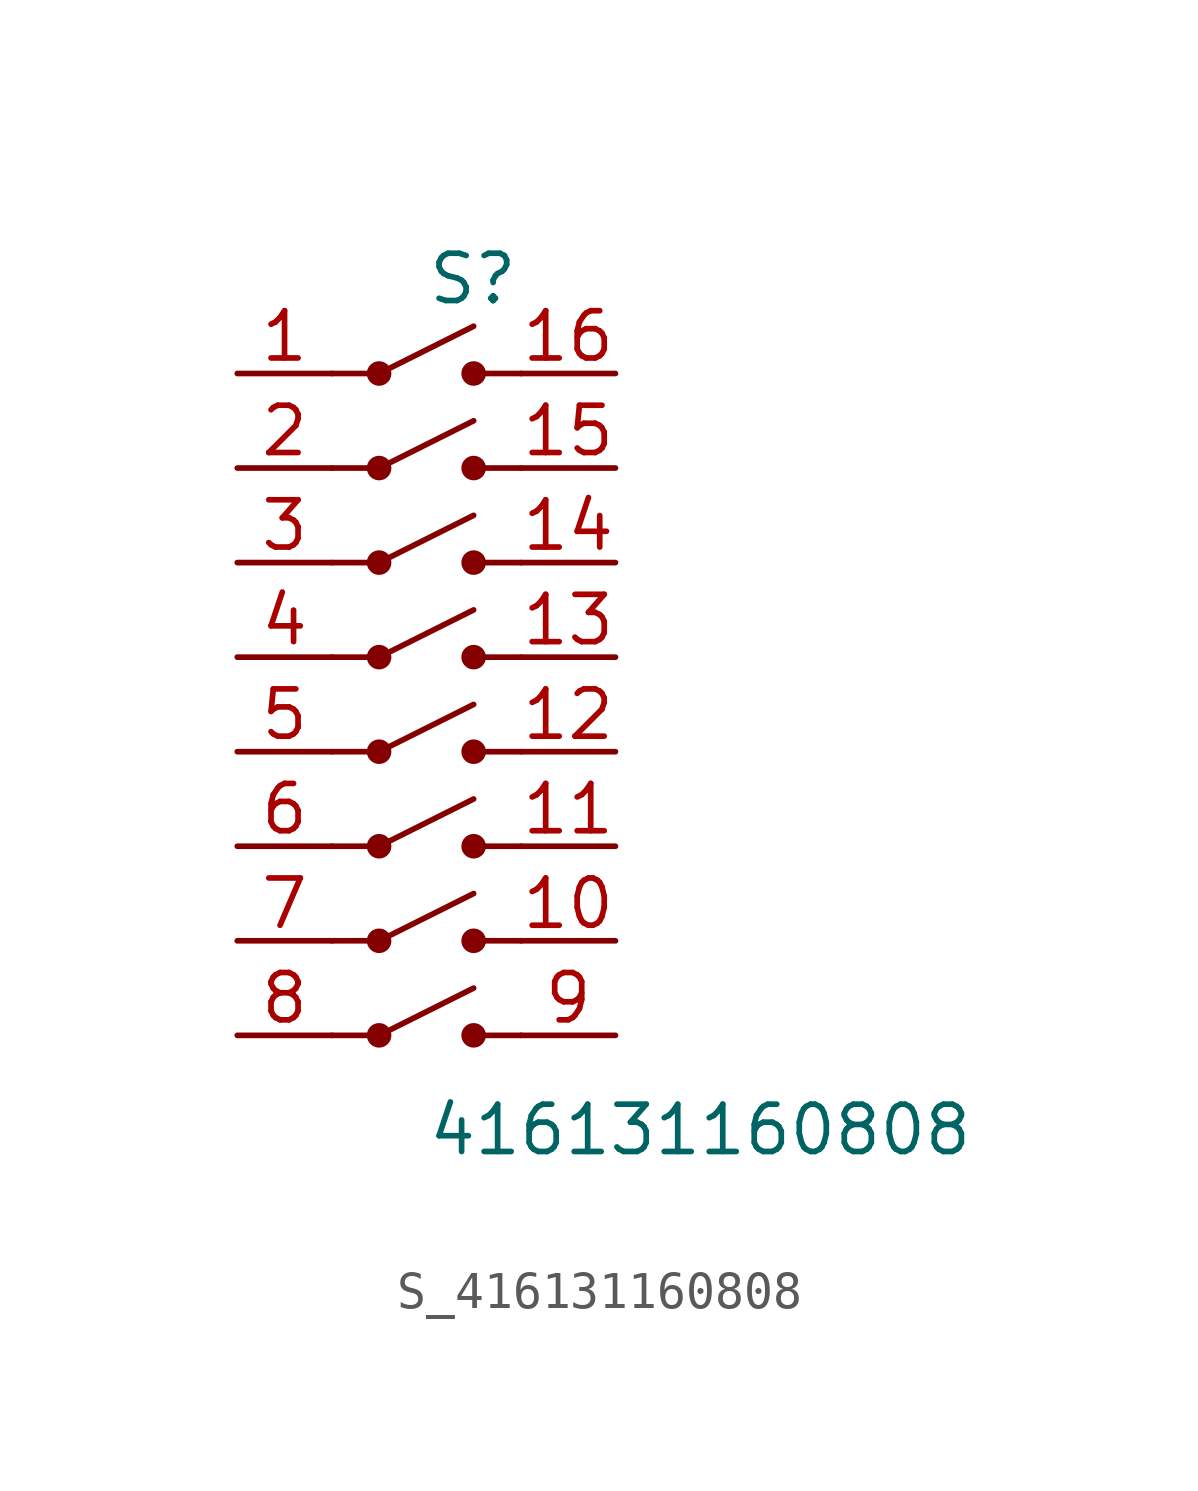
<source format=kicad_sym>
(kicad_symbol_lib
  (version 20231120)
  (generator kicad_symbol_editor)
  (generator_version 8.0)
  (symbol "S_416131160808"
    (pin_names
      (offset 0.254))
    (property "Reference" "S"
      (at 0 11.43 0)
      (effects (font (size 1.27 1.27)) (justify left)))
    (property "Value" "416131160808"
      (at 0 -11.43 0)
      (effects (font (size 1.27 1.27)) (justify left)))
    (symbol "S_416131160808_0_0"
      (pin passive line (at -5.08 8.89 0) (length 2.54) (name "" (effects (font (size 1.27 1.27)))) (number "1" (effects (font (size 1.27 1.27)))))
      (pin passive line (at -5.08 6.35 0) (length 2.54) (name "" (effects (font (size 1.27 1.27)))) (number "2" (effects (font (size 1.27 1.27)))))
      (pin passive line (at -5.08 3.81 0) (length 2.54) (name "" (effects (font (size 1.27 1.27)))) (number "3" (effects (font (size 1.27 1.27)))))
      (pin passive line (at -5.08 1.27 0) (length 2.54) (name "" (effects (font (size 1.27 1.27)))) (number "4" (effects (font (size 1.27 1.27)))))
      (pin passive line (at -5.08 -1.27 0) (length 2.54) (name "" (effects (font (size 1.27 1.27)))) (number "5" (effects (font (size 1.27 1.27)))))
      (pin passive line (at -5.08 -3.81 0) (length 2.54) (name "" (effects (font (size 1.27 1.27)))) (number "6" (effects (font (size 1.27 1.27)))))
      (pin passive line (at -5.08 -6.35 0) (length 2.54) (name "" (effects (font (size 1.27 1.27)))) (number "7" (effects (font (size 1.27 1.27)))))
      (pin passive line (at -5.08 -8.89 0) (length 2.54) (name "" (effects (font (size 1.27 1.27)))) (number "8" (effects (font (size 1.27 1.27)))))
      (pin passive line (at 5.08 8.89 180) (length 2.54) (name "" (effects (font (size 1.27 1.27)))) (number "16" (effects (font (size 1.27 1.27)))))
      (pin passive line (at 5.08 6.35 180) (length 2.54) (name "" (effects (font (size 1.27 1.27)))) (number "15" (effects (font (size 1.27 1.27)))))
      (pin passive line (at 5.08 3.81 180) (length 2.54) (name "" (effects (font (size 1.27 1.27)))) (number "14" (effects (font (size 1.27 1.27)))))
      (pin passive line (at 5.08 1.27 180) (length 2.54) (name "" (effects (font (size 1.27 1.27)))) (number "13" (effects (font (size 1.27 1.27)))))
      (pin passive line (at 5.08 -1.27 180) (length 2.54) (name "" (effects (font (size 1.27 1.27)))) (number "12" (effects (font (size 1.27 1.27)))))
      (pin passive line (at 5.08 -3.81 180) (length 2.54) (name "" (effects (font (size 1.27 1.27)))) (number "11" (effects (font (size 1.27 1.27)))))
      (pin passive line (at 5.08 -6.35 180) (length 2.54) (name "" (effects (font (size 1.27 1.27)))) (number "10" (effects (font (size 1.27 1.27)))))
      (pin passive line (at 5.08 -8.89 180) (length 2.54) (name "" (effects (font (size 1.27 1.27)))) (number "9" (effects (font (size 1.27 1.27)))))
      (polyline (pts (xy -2.54 8.89) (xy -1.27 8.89) (xy 1.27 10.16)) (stroke (width 0) (type default)) (fill (type none)))
      (circle (center -1.27 8.89) (radius 0.254) (stroke (width 0) (type solid)) (fill (type outline)))
      (circle (center 1.27 8.89) (radius 0.254) (stroke (width 0) (type solid)) (fill (type outline)))
      (polyline (pts (xy 2.54 8.89) (xy 1.27 8.89)) (stroke (width 0) (type default)) (fill (type none)))
      (polyline (pts (xy -2.54 6.35) (xy -1.27 6.35) (xy 1.27 7.62)) (stroke (width 0) (type default)) (fill (type none)))
      (circle (center -1.27 6.35) (radius 0.254) (stroke (width 0) (type solid)) (fill (type outline)))
      (circle (center 1.27 6.35) (radius 0.254) (stroke (width 0) (type solid)) (fill (type outline)))
      (polyline (pts (xy 2.54 6.35) (xy 1.27 6.35)) (stroke (width 0) (type default)) (fill (type none)))
      (polyline (pts (xy -2.54 3.81) (xy -1.27 3.81) (xy 1.27 5.08)) (stroke (width 0) (type default)) (fill (type none)))
      (circle (center -1.27 3.81) (radius 0.254) (stroke (width 0) (type solid)) (fill (type outline)))
      (circle (center 1.27 3.81) (radius 0.254) (stroke (width 0) (type solid)) (fill (type outline)))
      (polyline (pts (xy 2.54 3.81) (xy 1.27 3.81)) (stroke (width 0) (type default)) (fill (type none)))
      (polyline (pts (xy -2.54 1.27) (xy -1.27 1.27) (xy 1.27 2.54)) (stroke (width 0) (type default)) (fill (type none)))
      (circle (center -1.27 1.27) (radius 0.254) (stroke (width 0) (type solid)) (fill (type outline)))
      (circle (center 1.27 1.27) (radius 0.254) (stroke (width 0) (type solid)) (fill (type outline)))
      (polyline (pts (xy 2.54 1.27) (xy 1.27 1.27)) (stroke (width 0) (type default)) (fill (type none)))
      (polyline (pts (xy -2.54 -1.27) (xy -1.27 -1.27) (xy 1.27 4.440892098500626e-16)) (stroke (width 0) (type default)) (fill (type none)))
      (circle (center -1.27 -1.27) (radius 0.254) (stroke (width 0) (type solid)) (fill (type outline)))
      (circle (center 1.27 -1.27) (radius 0.254) (stroke (width 0) (type solid)) (fill (type outline)))
      (polyline (pts (xy 2.54 -1.27) (xy 1.27 -1.27)) (stroke (width 0) (type default)) (fill (type none)))
      (polyline (pts (xy -2.54 -3.81) (xy -1.27 -3.81) (xy 1.27 -2.54)) (stroke (width 0) (type default)) (fill (type none)))
      (circle (center -1.27 -3.81) (radius 0.254) (stroke (width 0) (type solid)) (fill (type outline)))
      (circle (center 1.27 -3.81) (radius 0.254) (stroke (width 0) (type solid)) (fill (type outline)))
      (polyline (pts (xy 2.54 -3.81) (xy 1.27 -3.81)) (stroke (width 0) (type default)) (fill (type none)))
      (polyline (pts (xy -2.54 -6.35) (xy -1.27 -6.35) (xy 1.27 -5.08)) (stroke (width 0) (type default)) (fill (type none)))
      (circle (center -1.27 -6.35) (radius 0.254) (stroke (width 0) (type solid)) (fill (type outline)))
      (circle (center 1.27 -6.35) (radius 0.254) (stroke (width 0) (type solid)) (fill (type outline)))
      (polyline (pts (xy 2.54 -6.35) (xy 1.27 -6.35)) (stroke (width 0) (type default)) (fill (type none)))
      (polyline (pts (xy -2.54 -8.89) (xy -1.27 -8.89) (xy 1.27 -7.62)) (stroke (width 0) (type default)) (fill (type none)))
      (circle (center -1.27 -8.89) (radius 0.254) (stroke (width 0) (type solid)) (fill (type outline)))
      (circle (center 1.27 -8.89) (radius 0.254) (stroke (width 0) (type solid)) (fill (type outline)))
      (polyline (pts (xy 2.54 -8.89) (xy 1.27 -8.89)) (stroke (width 0) (type default)) (fill (type none))))
    (symbol "S_416131160808_1_0")))
</source>
